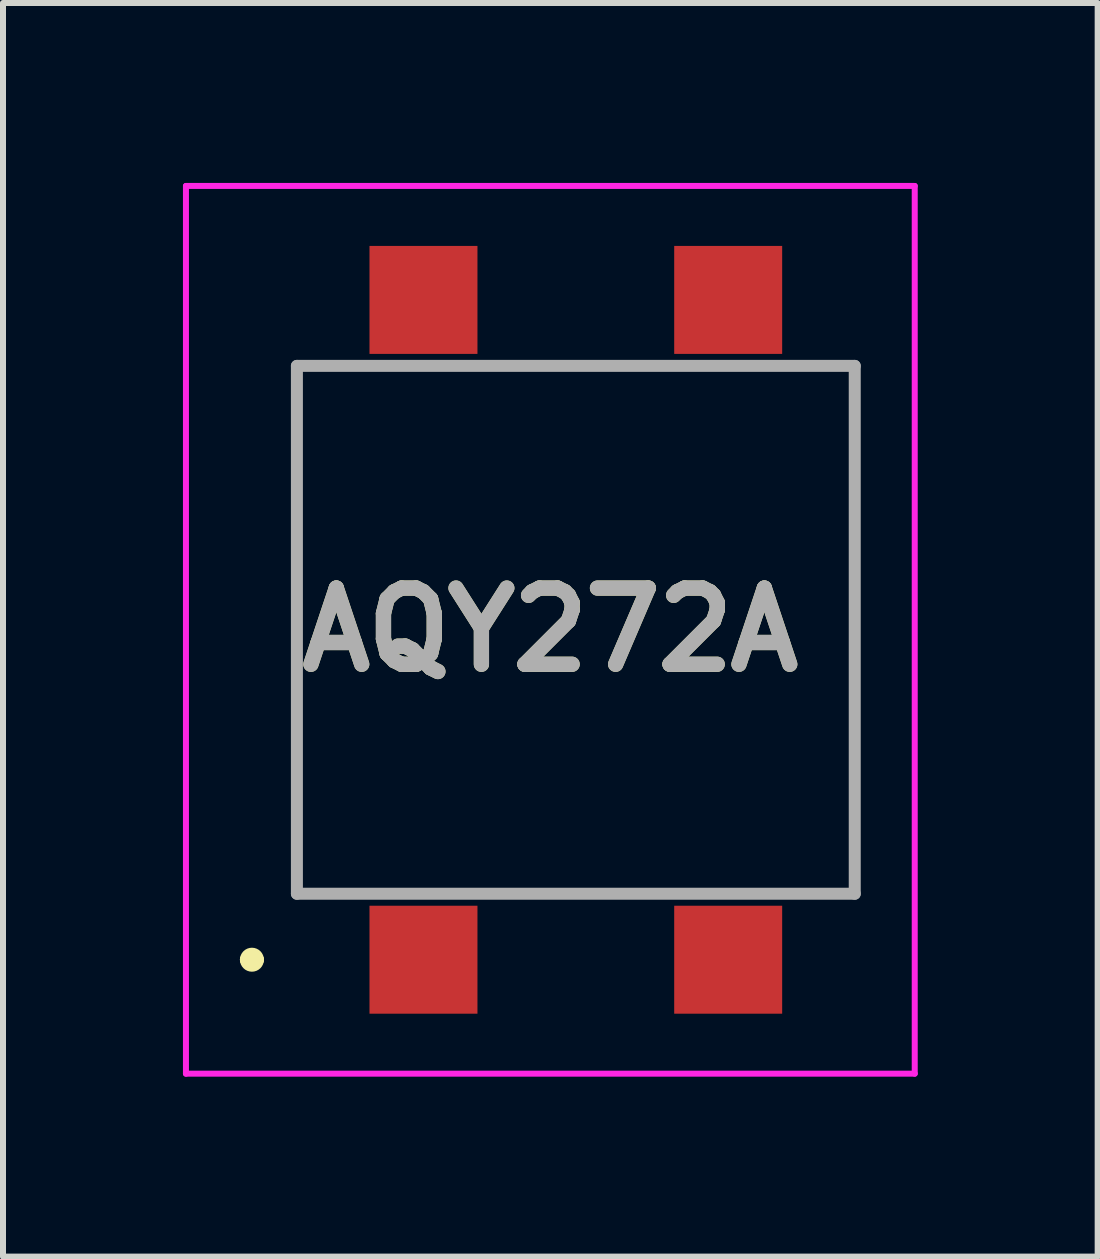
<source format=kicad_pcb>
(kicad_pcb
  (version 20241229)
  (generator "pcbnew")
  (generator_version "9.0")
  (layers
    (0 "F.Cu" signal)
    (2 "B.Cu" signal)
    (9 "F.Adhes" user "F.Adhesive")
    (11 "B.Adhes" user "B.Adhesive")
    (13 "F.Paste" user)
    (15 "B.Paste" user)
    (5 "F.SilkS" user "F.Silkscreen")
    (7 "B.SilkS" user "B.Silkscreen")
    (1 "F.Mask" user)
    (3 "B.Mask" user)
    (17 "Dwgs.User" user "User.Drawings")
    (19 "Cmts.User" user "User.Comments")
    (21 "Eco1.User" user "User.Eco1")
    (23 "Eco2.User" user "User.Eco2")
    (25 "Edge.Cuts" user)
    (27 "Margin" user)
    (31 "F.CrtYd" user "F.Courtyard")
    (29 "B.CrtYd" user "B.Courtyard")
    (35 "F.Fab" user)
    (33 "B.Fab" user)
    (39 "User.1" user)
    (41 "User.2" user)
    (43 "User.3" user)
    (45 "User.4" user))
  (footprint "AQY272A"
    (layer "F.Cu")
    (at 6.55 7.45)
    (property "Reference" "AQY272A" (at -0.425 0 0) (layer "F.SilkS") (effects (font (size 1.27 1.27) (thickness 0.254))))
    (attr smd)
    (fp_line (start -5.5 5.5) (end -5.5 5.5) (stroke (width 0.2) (type solid)) (layer "F.SilkS"))
    (fp_line (start -5.3 5.5) (end -5.3 5.5) (stroke (width 0.2) (type solid)) (layer "F.SilkS"))
    (fp_line (start -4.65 -4.4) (end -4.65 4.4) (stroke (width 0.1) (type solid)) (layer "F.SilkS"))
    (fp_line (start 4.65 -4.4) (end 4.65 4.4) (stroke (width 0.1) (type solid)) (layer "F.SilkS"))
    (fp_arc (start -5.5 5.5) (mid -5.4 5.4) (end -5.3 5.5) (stroke (width 0.2) (type solid)) (layer "F.SilkS"))
    (fp_arc (start -5.3 5.5) (mid -5.4 5.6) (end -5.5 5.5) (stroke (width 0.2) (type solid)) (layer "F.SilkS"))
    (fp_line (start -6.5 -7.4) (end 5.65 -7.4) (stroke (width 0.1) (type solid)) (layer "F.CrtYd"))
    (fp_line (start -6.5 7.4) (end -6.5 -7.4) (stroke (width 0.1) (type solid)) (layer "F.CrtYd"))
    (fp_line (start 5.65 -7.4) (end 5.65 7.4) (stroke (width 0.1) (type solid)) (layer "F.CrtYd"))
    (fp_line (start 5.65 7.4) (end -6.5 7.4) (stroke (width 0.1) (type solid)) (layer "F.CrtYd"))
    (fp_line (start -4.65 -4.4) (end 4.65 -4.4) (stroke (width 0.2) (type solid)) (layer "F.Fab"))
    (fp_line (start -4.65 4.4) (end -4.65 -4.4) (stroke (width 0.2) (type solid)) (layer "F.Fab"))
    (fp_line (start 4.65 -4.4) (end 4.65 4.4) (stroke (width 0.2) (type solid)) (layer "F.Fab"))
    (fp_line (start 4.65 4.4) (end -4.65 4.4) (stroke (width 0.2) (type solid)) (layer "F.Fab"))
    (fp_text user "${REFERENCE}" (at -0.425 0 0) (layer "F.Fab") (effects (font (size 1.27 1.27) (thickness 0.254))))
    (pad "1" smd rect (at -2.54 5.5) (size 1.8 1.8) (layers "F.Cu" "F.Mask" "F.Paste"))
    (pad "2" smd rect (at 2.54 5.5) (size 1.8 1.8) (layers "F.Cu" "F.Mask" "F.Paste"))
    (pad "3" smd rect (at 2.54 -5.5) (size 1.8 1.8) (layers "F.Cu" "F.Mask" "F.Paste"))
    (pad "4" smd rect (at -2.54 -5.5) (size 1.8 1.8) (layers "F.Cu" "F.Mask" "F.Paste")))
  (gr_rect
    (start -3 -3)
    (end 15.25 17.9)
    (stroke (width 0.1) (type default))
    (fill no)
    (layer "Edge.Cuts")))
</source>
